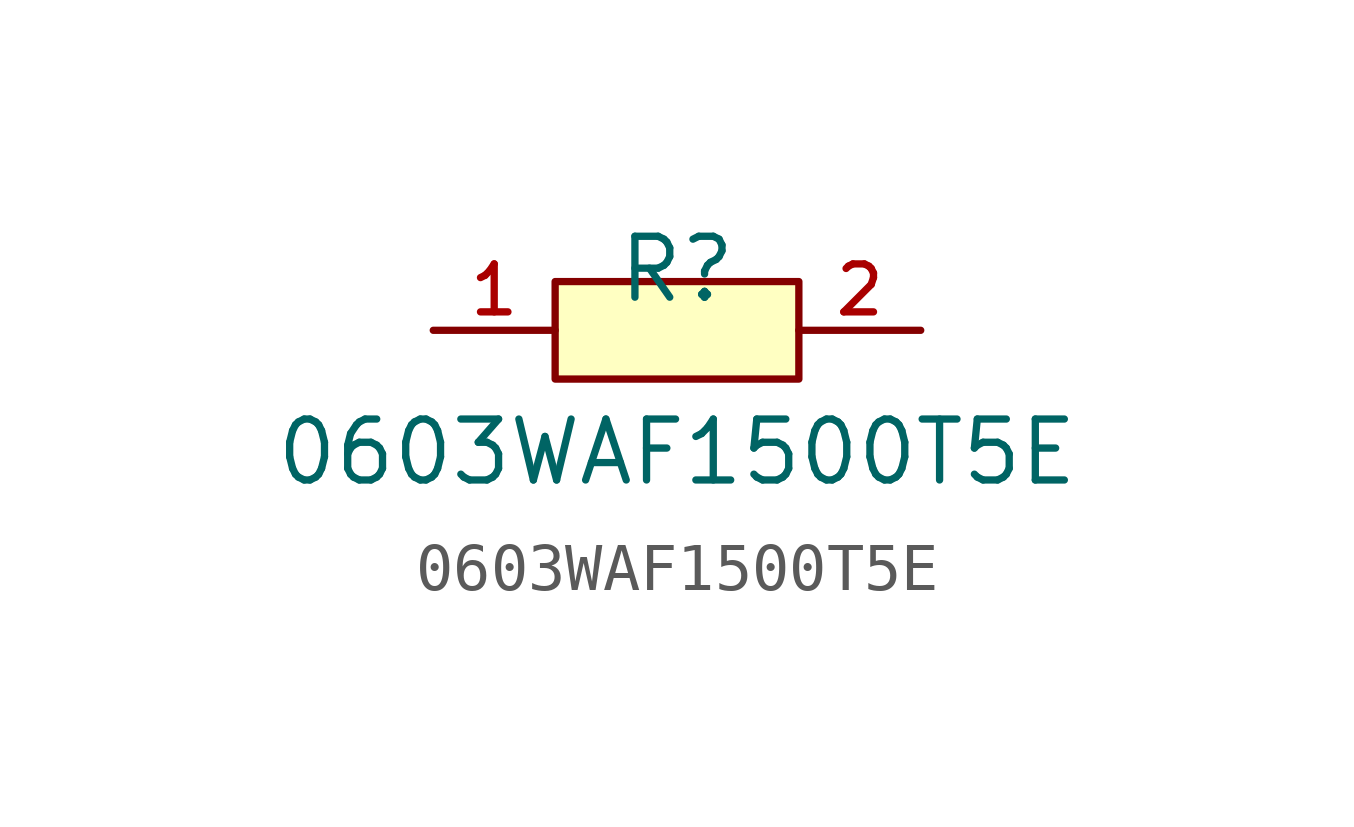
<source format=kicad_sym>
(kicad_symbol_lib
  (version 20210201)
  (generator TousstNicolas/JLC2KiCad_lib)
  (symbol "0603WAF1500T5E"
    (pin_names hide)
    (property "Reference" "R"
      (at 0 1.27 0)
      (effects (font (size 1.27 1.27))))
    (property "Value" "0603WAF1500T5E"
      (at 0 -2.54 0)
      (effects (font (size 1.27 1.27))))
    (symbol "0603WAF1500T5E_0_1"
      (pin input line (at 5.08 -0.0 180) (length 2.54) (name "2" (effects (font (size 1 1)))) (number "2" (effects (font (size 1 1)))))
      (pin input line (at -5.08 -0.0 0) (length 2.54) (name "1" (effects (font (size 1 1)))) (number "1" (effects (font (size 1 1)))))
      (rectangle (start -2.54 1.016) (end 2.54 -1.016) (stroke (width 0) (type default) (color 0 0 0 0)) (fill (type background))))))
</source>
